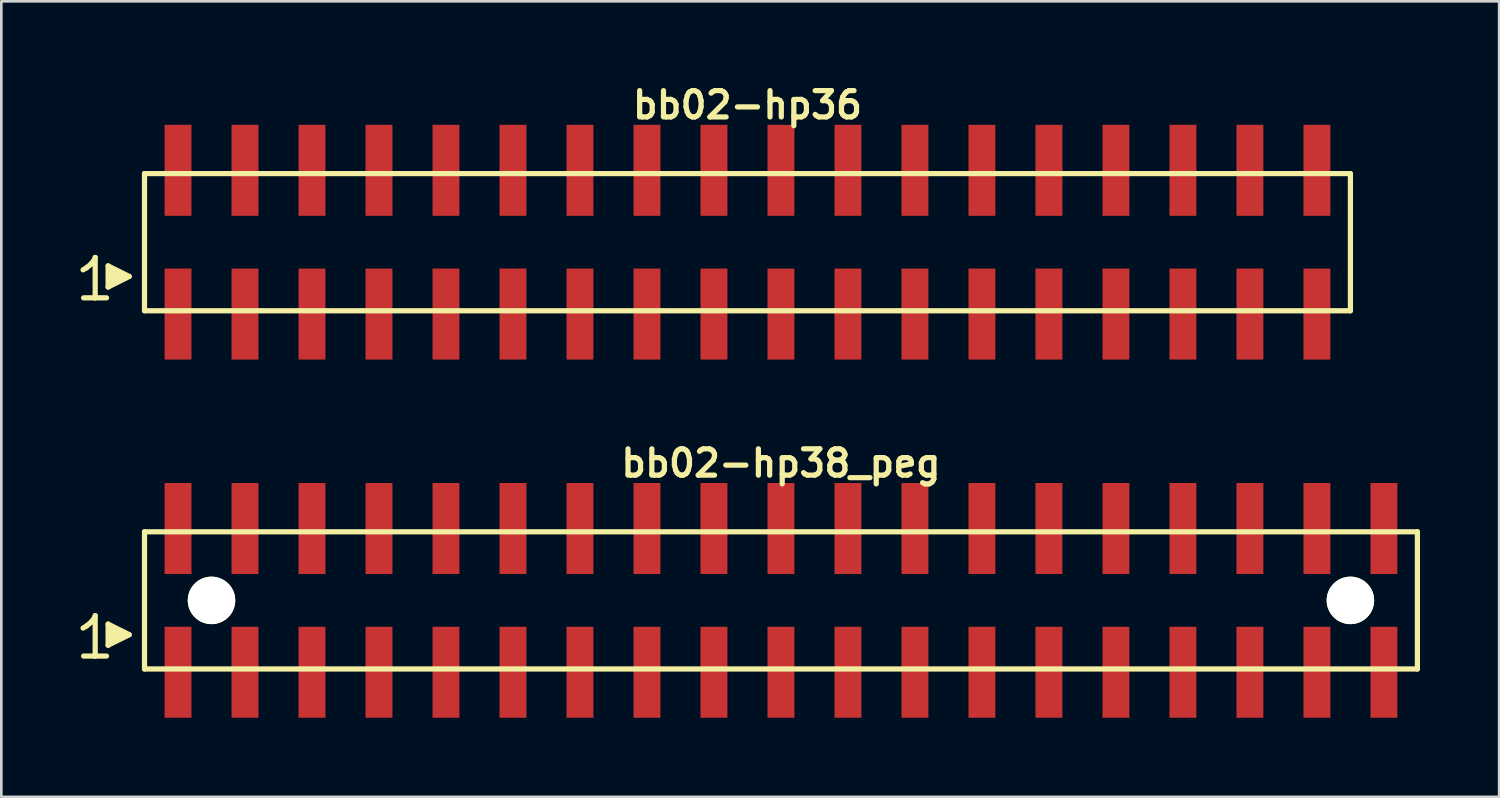
<source format=kicad_pcb>
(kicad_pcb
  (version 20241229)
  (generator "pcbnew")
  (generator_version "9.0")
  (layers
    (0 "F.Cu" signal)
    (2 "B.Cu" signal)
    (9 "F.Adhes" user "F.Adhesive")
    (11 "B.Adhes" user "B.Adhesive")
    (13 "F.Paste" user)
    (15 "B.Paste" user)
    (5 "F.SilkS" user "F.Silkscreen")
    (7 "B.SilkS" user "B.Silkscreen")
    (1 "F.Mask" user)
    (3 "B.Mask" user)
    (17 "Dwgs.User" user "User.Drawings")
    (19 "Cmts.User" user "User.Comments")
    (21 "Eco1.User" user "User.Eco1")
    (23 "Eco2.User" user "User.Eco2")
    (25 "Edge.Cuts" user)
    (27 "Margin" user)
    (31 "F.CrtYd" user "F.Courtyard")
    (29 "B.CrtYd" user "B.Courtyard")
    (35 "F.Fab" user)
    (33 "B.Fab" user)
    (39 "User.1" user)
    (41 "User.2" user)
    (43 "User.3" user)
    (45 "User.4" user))
  (footprint "bb02-hp36"
    (layer "F.Cu")
    (at 25.289 6.132)
    (property "Reference" "bb02-hp36" (at 0 -5.2 0) (layer "F.SilkS") (effects (font (size 0.998 0.998) (thickness 0.198))))
    (attr smd)
    (fp_line (start -25.19 1.05) (end -25.06 0.97) (stroke (width 0.198) (type solid)) (layer "F.SilkS"))
    (fp_line (start -25.06 0.97) (end -24.9 0.84) (stroke (width 0.198) (type solid)) (layer "F.SilkS"))
    (fp_line (start -24.9 0.84) (end -24.76 0.67) (stroke (width 0.198) (type solid)) (layer "F.SilkS"))
    (fp_line (start -24.76 0.67) (end -24.73 0.58) (stroke (width 0.198) (type solid)) (layer "F.SilkS"))
    (fp_line (start -24.73 0.58) (end -24.73 2.11) (stroke (width 0.198) (type solid)) (layer "F.SilkS"))
    (fp_line (start -24.73 2.11) (end -25.17 2.11) (stroke (width 0.198) (type solid)) (layer "F.SilkS"))
    (fp_line (start -24.3 2.11) (end -24.74 2.11) (stroke (width 0.198) (type solid)) (layer "F.SilkS"))
    (fp_line (start -24.24 0.9) (end -23.44 1.3) (stroke (width 0.198) (type solid)) (layer "F.SilkS"))
    (fp_line (start -24.24 1.7) (end -24.24 0.9) (stroke (width 0.198) (type solid)) (layer "F.SilkS"))
    (fp_line (start -24.14 1.6) (end -24.14 1) (stroke (width 0.198) (type solid)) (layer "F.SilkS"))
    (fp_line (start -24.04 1.1) (end -24.04 1.5) (stroke (width 0.198) (type solid)) (layer "F.SilkS"))
    (fp_line (start -23.94 1.5) (end -23.94 1.1) (stroke (width 0.198) (type solid)) (layer "F.SilkS"))
    (fp_line (start -23.84 1.2) (end -23.84 1.4) (stroke (width 0.198) (type solid)) (layer "F.SilkS"))
    (fp_line (start -23.74 1.4) (end -23.74 1.2) (stroke (width 0.198) (type solid)) (layer "F.SilkS"))
    (fp_line (start -23.44 1.3) (end -24.24 1.7) (stroke (width 0.198) (type solid)) (layer "F.SilkS"))
    (fp_line (start -22.86 -2.6) (end -22.86 2.6) (stroke (width 0.198) (type solid)) (layer "F.SilkS"))
    (fp_line (start -22.86 -2.6) (end 22.86 -2.6) (stroke (width 0.198) (type solid)) (layer "F.SilkS"))
    (fp_line (start 22.86 2.6) (end -22.86 2.6) (stroke (width 0.198) (type solid)) (layer "F.SilkS"))
    (fp_line (start 22.86 2.6) (end 22.86 -2.6) (stroke (width 0.198) (type solid)) (layer "F.SilkS"))
    (pad "1" smd rect (at -21.59 2.725) (size 1.02 3.45) (layers "F.Cu" "F.Mask" "F.Paste"))
    (pad "2" smd rect (at -21.59 -2.725) (size 1.02 3.45) (layers "F.Cu" "F.Mask" "F.Paste"))
    (pad "3" smd rect (at -19.05 2.725) (size 1.02 3.45) (layers "F.Cu" "F.Mask" "F.Paste"))
    (pad "4" smd rect (at -19.05 -2.725) (size 1.02 3.45) (layers "F.Cu" "F.Mask" "F.Paste"))
    (pad "5" smd rect (at -16.51 2.725) (size 1.02 3.45) (layers "F.Cu" "F.Mask" "F.Paste"))
    (pad "6" smd rect (at -16.51 -2.725) (size 1.02 3.45) (layers "F.Cu" "F.Mask" "F.Paste"))
    (pad "7" smd rect (at -13.97 2.725) (size 1.02 3.45) (layers "F.Cu" "F.Mask" "F.Paste"))
    (pad "8" smd rect (at -13.97 -2.725) (size 1.02 3.45) (layers "F.Cu" "F.Mask" "F.Paste"))
    (pad "9" smd rect (at -11.43 2.725) (size 1.02 3.45) (layers "F.Cu" "F.Mask" "F.Paste"))
    (pad "10" smd rect (at -11.43 -2.725) (size 1.02 3.45) (layers "F.Cu" "F.Mask" "F.Paste"))
    (pad "11" smd rect (at -8.89 2.725) (size 1.02 3.45) (layers "F.Cu" "F.Mask" "F.Paste"))
    (pad "12" smd rect (at -8.89 -2.725) (size 1.02 3.45) (layers "F.Cu" "F.Mask" "F.Paste"))
    (pad "13" smd rect (at -6.35 2.725) (size 1.02 3.45) (layers "F.Cu" "F.Mask" "F.Paste"))
    (pad "14" smd rect (at -6.35 -2.725) (size 1.02 3.45) (layers "F.Cu" "F.Mask" "F.Paste"))
    (pad "15" smd rect (at -3.81 2.725) (size 1.02 3.45) (layers "F.Cu" "F.Mask" "F.Paste"))
    (pad "16" smd rect (at -3.81 -2.725) (size 1.02 3.45) (layers "F.Cu" "F.Mask" "F.Paste"))
    (pad "17" smd rect (at -1.27 2.725) (size 1.02 3.45) (layers "F.Cu" "F.Mask" "F.Paste"))
    (pad "18" smd rect (at -1.27 -2.725) (size 1.02 3.45) (layers "F.Cu" "F.Mask" "F.Paste"))
    (pad "19" smd rect (at 1.27 2.725) (size 1.02 3.45) (layers "F.Cu" "F.Mask" "F.Paste"))
    (pad "20" smd rect (at 1.27 -2.725) (size 1.02 3.45) (layers "F.Cu" "F.Mask" "F.Paste"))
    (pad "21" smd rect (at 3.81 2.725) (size 1.02 3.45) (layers "F.Cu" "F.Mask" "F.Paste"))
    (pad "22" smd rect (at 3.81 -2.725) (size 1.02 3.45) (layers "F.Cu" "F.Mask" "F.Paste"))
    (pad "23" smd rect (at 6.35 2.725) (size 1.02 3.45) (layers "F.Cu" "F.Mask" "F.Paste"))
    (pad "24" smd rect (at 6.35 -2.725) (size 1.02 3.45) (layers "F.Cu" "F.Mask" "F.Paste"))
    (pad "25" smd rect (at 8.89 2.725) (size 1.02 3.45) (layers "F.Cu" "F.Mask" "F.Paste"))
    (pad "26" smd rect (at 8.89 -2.725) (size 1.02 3.45) (layers "F.Cu" "F.Mask" "F.Paste"))
    (pad "27" smd rect (at 11.43 2.725) (size 1.02 3.45) (layers "F.Cu" "F.Mask" "F.Paste"))
    (pad "28" smd rect (at 11.43 -2.725) (size 1.02 3.45) (layers "F.Cu" "F.Mask" "F.Paste"))
    (pad "29" smd rect (at 13.97 2.725) (size 1.02 3.45) (layers "F.Cu" "F.Mask" "F.Paste"))
    (pad "30" smd rect (at 13.97 -2.725) (size 1.02 3.45) (layers "F.Cu" "F.Mask" "F.Paste"))
    (pad "31" smd rect (at 16.51 2.725) (size 1.02 3.45) (layers "F.Cu" "F.Mask" "F.Paste"))
    (pad "32" smd rect (at 16.51 -2.725) (size 1.02 3.45) (layers "F.Cu" "F.Mask" "F.Paste"))
    (pad "33" smd rect (at 19.05 2.725) (size 1.02 3.45) (layers "F.Cu" "F.Mask" "F.Paste"))
    (pad "34" smd rect (at 19.05 -2.725) (size 1.02 3.45) (layers "F.Cu" "F.Mask" "F.Paste"))
    (pad "35" smd rect (at 21.59 2.725) (size 1.02 3.45) (layers "F.Cu" "F.Mask" "F.Paste"))
    (pad "36" smd rect (at 21.59 -2.725) (size 1.02 3.45) (layers "F.Cu" "F.Mask" "F.Paste")))
  (footprint "bb02-hp38_peg"
    (layer "F.Cu")
    (at 26.559 19.713)
    (property "Reference" "bb02-hp38_peg" (at 0 -5.2 0) (layer "F.SilkS") (effects (font (size 0.998 0.998) (thickness 0.198))))
    (attr smd)
    (fp_line (start -26.46 1.05) (end -26.33 0.97) (stroke (width 0.198) (type solid)) (layer "F.SilkS"))
    (fp_line (start -26.33 0.97) (end -26.17 0.84) (stroke (width 0.198) (type solid)) (layer "F.SilkS"))
    (fp_line (start -26.17 0.84) (end -26.03 0.67) (stroke (width 0.198) (type solid)) (layer "F.SilkS"))
    (fp_line (start -26.03 0.67) (end -26 0.58) (stroke (width 0.198) (type solid)) (layer "F.SilkS"))
    (fp_line (start -26 0.58) (end -26 2.11) (stroke (width 0.198) (type solid)) (layer "F.SilkS"))
    (fp_line (start -26 2.11) (end -26.44 2.11) (stroke (width 0.198) (type solid)) (layer "F.SilkS"))
    (fp_line (start -25.57 2.11) (end -26.01 2.11) (stroke (width 0.198) (type solid)) (layer "F.SilkS"))
    (fp_line (start -25.51 0.9) (end -24.71 1.3) (stroke (width 0.198) (type solid)) (layer "F.SilkS"))
    (fp_line (start -25.51 1.7) (end -25.51 0.9) (stroke (width 0.198) (type solid)) (layer "F.SilkS"))
    (fp_line (start -25.41 1.6) (end -25.41 1) (stroke (width 0.198) (type solid)) (layer "F.SilkS"))
    (fp_line (start -25.31 1.1) (end -25.31 1.5) (stroke (width 0.198) (type solid)) (layer "F.SilkS"))
    (fp_line (start -25.21 1.5) (end -25.21 1.1) (stroke (width 0.198) (type solid)) (layer "F.SilkS"))
    (fp_line (start -25.11 1.2) (end -25.11 1.4) (stroke (width 0.198) (type solid)) (layer "F.SilkS"))
    (fp_line (start -25.01 1.4) (end -25.01 1.2) (stroke (width 0.198) (type solid)) (layer "F.SilkS"))
    (fp_line (start -24.71 1.3) (end -25.51 1.7) (stroke (width 0.198) (type solid)) (layer "F.SilkS"))
    (fp_line (start -24.13 -2.6) (end -24.13 2.6) (stroke (width 0.198) (type solid)) (layer "F.SilkS"))
    (fp_line (start -24.13 -2.6) (end 24.13 -2.6) (stroke (width 0.198) (type solid)) (layer "F.SilkS"))
    (fp_line (start 24.13 2.6) (end -24.13 2.6) (stroke (width 0.198) (type solid)) (layer "F.SilkS"))
    (fp_line (start 24.13 2.6) (end 24.13 -2.6) (stroke (width 0.198) (type solid)) (layer "F.SilkS"))
    (pad "" np_thru_hole circle (at -21.59 0) (size 1.8 1.8) (drill 1.8) (layers "*.Cu" "*.Mask" "F.SilkS"))
    (pad "" np_thru_hole circle (at 21.59 0) (size 1.8 1.8) (drill 1.8) (layers "*.Cu" "*.Mask" "F.SilkS"))
    (pad "1" smd rect (at -22.86 2.725) (size 1.02 3.45) (layers "F.Cu" "F.Mask" "F.Paste"))
    (pad "2" smd rect (at -22.86 -2.725) (size 1.02 3.45) (layers "F.Cu" "F.Mask" "F.Paste"))
    (pad "3" smd rect (at -20.32 2.725) (size 1.02 3.45) (layers "F.Cu" "F.Mask" "F.Paste"))
    (pad "4" smd rect (at -20.32 -2.725) (size 1.02 3.45) (layers "F.Cu" "F.Mask" "F.Paste"))
    (pad "5" smd rect (at -17.78 2.725) (size 1.02 3.45) (layers "F.Cu" "F.Mask" "F.Paste"))
    (pad "6" smd rect (at -17.78 -2.725) (size 1.02 3.45) (layers "F.Cu" "F.Mask" "F.Paste"))
    (pad "7" smd rect (at -15.24 2.725) (size 1.02 3.45) (layers "F.Cu" "F.Mask" "F.Paste"))
    (pad "8" smd rect (at -15.24 -2.725) (size 1.02 3.45) (layers "F.Cu" "F.Mask" "F.Paste"))
    (pad "9" smd rect (at -12.7 2.725) (size 1.02 3.45) (layers "F.Cu" "F.Mask" "F.Paste"))
    (pad "10" smd rect (at -12.7 -2.725) (size 1.02 3.45) (layers "F.Cu" "F.Mask" "F.Paste"))
    (pad "11" smd rect (at -10.16 2.725) (size 1.02 3.45) (layers "F.Cu" "F.Mask" "F.Paste"))
    (pad "12" smd rect (at -10.16 -2.725) (size 1.02 3.45) (layers "F.Cu" "F.Mask" "F.Paste"))
    (pad "13" smd rect (at -7.62 2.725) (size 1.02 3.45) (layers "F.Cu" "F.Mask" "F.Paste"))
    (pad "14" smd rect (at -7.62 -2.725) (size 1.02 3.45) (layers "F.Cu" "F.Mask" "F.Paste"))
    (pad "15" smd rect (at -5.08 2.725) (size 1.02 3.45) (layers "F.Cu" "F.Mask" "F.Paste"))
    (pad "16" smd rect (at -5.08 -2.725) (size 1.02 3.45) (layers "F.Cu" "F.Mask" "F.Paste"))
    (pad "17" smd rect (at -2.54 2.725) (size 1.02 3.45) (layers "F.Cu" "F.Mask" "F.Paste"))
    (pad "18" smd rect (at -2.54 -2.725) (size 1.02 3.45) (layers "F.Cu" "F.Mask" "F.Paste"))
    (pad "19" smd rect (at 0 2.725) (size 1.02 3.45) (layers "F.Cu" "F.Mask" "F.Paste"))
    (pad "20" smd rect (at 0 -2.725) (size 1.02 3.45) (layers "F.Cu" "F.Mask" "F.Paste"))
    (pad "21" smd rect (at 2.54 2.725) (size 1.02 3.45) (layers "F.Cu" "F.Mask" "F.Paste"))
    (pad "22" smd rect (at 2.54 -2.725) (size 1.02 3.45) (layers "F.Cu" "F.Mask" "F.Paste"))
    (pad "23" smd rect (at 5.08 2.725) (size 1.02 3.45) (layers "F.Cu" "F.Mask" "F.Paste"))
    (pad "24" smd rect (at 5.08 -2.725) (size 1.02 3.45) (layers "F.Cu" "F.Mask" "F.Paste"))
    (pad "25" smd rect (at 7.62 2.725) (size 1.02 3.45) (layers "F.Cu" "F.Mask" "F.Paste"))
    (pad "26" smd rect (at 7.62 -2.725) (size 1.02 3.45) (layers "F.Cu" "F.Mask" "F.Paste"))
    (pad "27" smd rect (at 10.16 2.725) (size 1.02 3.45) (layers "F.Cu" "F.Mask" "F.Paste"))
    (pad "28" smd rect (at 10.16 -2.725) (size 1.02 3.45) (layers "F.Cu" "F.Mask" "F.Paste"))
    (pad "29" smd rect (at 12.7 2.725) (size 1.02 3.45) (layers "F.Cu" "F.Mask" "F.Paste"))
    (pad "30" smd rect (at 12.7 -2.725) (size 1.02 3.45) (layers "F.Cu" "F.Mask" "F.Paste"))
    (pad "31" smd rect (at 15.24 2.725) (size 1.02 3.45) (layers "F.Cu" "F.Mask" "F.Paste"))
    (pad "32" smd rect (at 15.24 -2.725) (size 1.02 3.45) (layers "F.Cu" "F.Mask" "F.Paste"))
    (pad "33" smd rect (at 17.78 2.725) (size 1.02 3.45) (layers "F.Cu" "F.Mask" "F.Paste"))
    (pad "34" smd rect (at 17.78 -2.725) (size 1.02 3.45) (layers "F.Cu" "F.Mask" "F.Paste"))
    (pad "35" smd rect (at 20.32 2.725) (size 1.02 3.45) (layers "F.Cu" "F.Mask" "F.Paste"))
    (pad "36" smd rect (at 20.32 -2.725) (size 1.02 3.45) (layers "F.Cu" "F.Mask" "F.Paste"))
    (pad "37" smd rect (at 22.86 2.725) (size 1.02 3.45) (layers "F.Cu" "F.Mask" "F.Paste"))
    (pad "38" smd rect (at 22.86 -2.725) (size 1.02 3.45) (layers "F.Cu" "F.Mask" "F.Paste")))
  (gr_rect
    (start -3 -3)
    (end 53.788 27.163)
    (stroke (width 0.1) (type default))
    (fill no)
    (layer "Edge.Cuts")))
</source>
